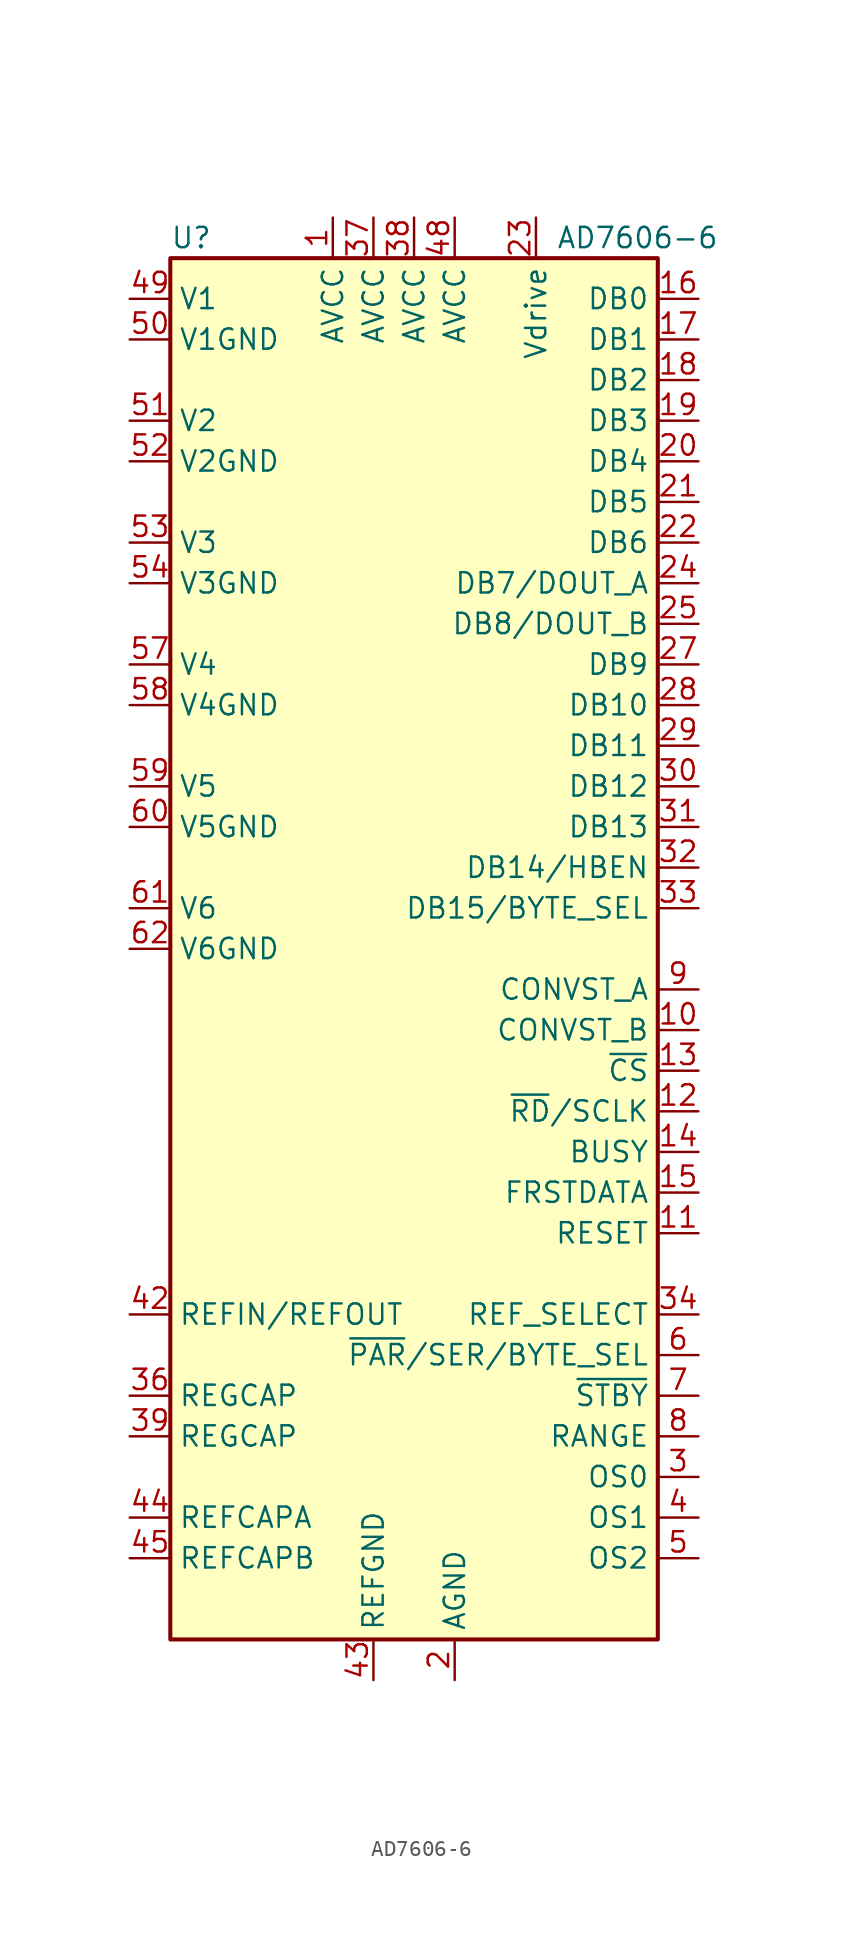
<source format=kicad_sym>
(kicad_symbol_lib
  (version 20201005)
  (generator kicad_symbol_editor)
  (symbol "AD7606-6"
    (property "Reference" "U"
      (at -15.24 44.45 0)
      (effects (font (size 1.27 1.27)) (justify left)))
    (property "Value" "AD7606-6"
      (at 8.89 44.45 0)
      (effects (font (size 1.27 1.27)) (justify left)))
    (symbol "AD7606-6_1_1"
      (rectangle (start -15.24 43.18) (end 15.24 -43.18) (stroke (width 0.254)) (fill (type background)))
      (pin power_in line (at -5.08 45.72 270) (length 2.54) (name "AVCC" (effects (font (size 1.27 1.27)))) (number "1" (effects (font (size 1.27 1.27)))))
      (pin input line (at 17.78 -5.08 180) (length 2.54) (name "CONVST_B" (effects (font (size 1.27 1.27)))) (number "10" (effects (font (size 1.27 1.27)))))
      (pin input line (at 17.78 -17.78 180) (length 2.54) (name "RESET" (effects (font (size 1.27 1.27)))) (number "11" (effects (font (size 1.27 1.27)))))
      (pin input line (at 17.78 -10.16 180) (length 2.54) (name "~RD~/SCLK" (effects (font (size 1.27 1.27)))) (number "12" (effects (font (size 1.27 1.27)))))
      (pin input line (at 17.78 -7.62 180) (length 2.54) (name "~CS" (effects (font (size 1.27 1.27)))) (number "13" (effects (font (size 1.27 1.27)))))
      (pin output line (at 17.78 -12.7 180) (length 2.54) (name "BUSY" (effects (font (size 1.27 1.27)))) (number "14" (effects (font (size 1.27 1.27)))))
      (pin output line (at 17.78 -15.24 180) (length 2.54) (name "FRSTDATA" (effects (font (size 1.27 1.27)))) (number "15" (effects (font (size 1.27 1.27)))))
      (pin output line (at 17.78 40.64 180) (length 2.54) (name "DB0" (effects (font (size 1.27 1.27)))) (number "16" (effects (font (size 1.27 1.27)))))
      (pin output line (at 17.78 38.1 180) (length 2.54) (name "DB1" (effects (font (size 1.27 1.27)))) (number "17" (effects (font (size 1.27 1.27)))))
      (pin output line (at 17.78 35.56 180) (length 2.54) (name "DB2" (effects (font (size 1.27 1.27)))) (number "18" (effects (font (size 1.27 1.27)))))
      (pin output line (at 17.78 33.02 180) (length 2.54) (name "DB3" (effects (font (size 1.27 1.27)))) (number "19" (effects (font (size 1.27 1.27)))))
      (pin power_in line (at 2.54 -45.72 90) (length 2.54) (name "AGND" (effects (font (size 1.27 1.27)))) (number "2" (effects (font (size 1.27 1.27)))))
      (pin output line (at 17.78 30.48 180) (length 2.54) (name "DB4" (effects (font (size 1.27 1.27)))) (number "20" (effects (font (size 1.27 1.27)))))
      (pin output line (at 17.78 27.94 180) (length 2.54) (name "DB5" (effects (font (size 1.27 1.27)))) (number "21" (effects (font (size 1.27 1.27)))))
      (pin output line (at 17.78 25.4 180) (length 2.54) (name "DB6" (effects (font (size 1.27 1.27)))) (number "22" (effects (font (size 1.27 1.27)))))
      (pin power_in line (at 7.62 45.72 270) (length 2.54) (name "Vdrive" (effects (font (size 1.27 1.27)))) (number "23" (effects (font (size 1.27 1.27)))))
      (pin output line (at 17.78 22.86 180) (length 2.54) (name "DB7/DOUT_A" (effects (font (size 1.27 1.27)))) (number "24" (effects (font (size 1.27 1.27)))))
      (pin output line (at 17.78 20.32 180) (length 2.54) (name "DB8/DOUT_B" (effects (font (size 1.27 1.27)))) (number "25" (effects (font (size 1.27 1.27)))))
      (pin passive line (at 2.54 -45.72 90) (length 2.54) hide (name "AGND" (effects (font (size 1.27 1.27)))) (number "26" (effects (font (size 1.27 1.27)))))
      (pin output line (at 17.78 17.78 180) (length 2.54) (name "DB9" (effects (font (size 1.27 1.27)))) (number "27" (effects (font (size 1.27 1.27)))))
      (pin output line (at 17.78 15.24 180) (length 2.54) (name "DB10" (effects (font (size 1.27 1.27)))) (number "28" (effects (font (size 1.27 1.27)))))
      (pin output line (at 17.78 12.7 180) (length 2.54) (name "DB11" (effects (font (size 1.27 1.27)))) (number "29" (effects (font (size 1.27 1.27)))))
      (pin input line (at 17.78 -33.02 180) (length 2.54) (name "OS0" (effects (font (size 1.27 1.27)))) (number "3" (effects (font (size 1.27 1.27)))))
      (pin output line (at 17.78 10.16 180) (length 2.54) (name "DB12" (effects (font (size 1.27 1.27)))) (number "30" (effects (font (size 1.27 1.27)))))
      (pin output line (at 17.78 7.62 180) (length 2.54) (name "DB13" (effects (font (size 1.27 1.27)))) (number "31" (effects (font (size 1.27 1.27)))))
      (pin bidirectional line (at 17.78 5.08 180) (length 2.54) (name "DB14/HBEN" (effects (font (size 1.27 1.27)))) (number "32" (effects (font (size 1.27 1.27)))))
      (pin bidirectional line (at 17.78 2.54 180) (length 2.54) (name "DB15/BYTE_SEL" (effects (font (size 1.27 1.27)))) (number "33" (effects (font (size 1.27 1.27)))))
      (pin input line (at 17.78 -22.86 180) (length 2.54) (name "REF_SELECT" (effects (font (size 1.27 1.27)))) (number "34" (effects (font (size 1.27 1.27)))))
      (pin passive line (at 2.54 -45.72 90) (length 2.54) hide (name "AGND" (effects (font (size 1.27 1.27)))) (number "35" (effects (font (size 1.27 1.27)))))
      (pin passive line (at -17.78 -27.94 0) (length 2.54) (name "REGCAP" (effects (font (size 1.27 1.27)))) (number "36" (effects (font (size 1.27 1.27)))))
      (pin power_in line (at -2.54 45.72 270) (length 2.54) (name "AVCC" (effects (font (size 1.27 1.27)))) (number "37" (effects (font (size 1.27 1.27)))))
      (pin power_in line (at 0 45.72 270) (length 2.54) (name "AVCC" (effects (font (size 1.27 1.27)))) (number "38" (effects (font (size 1.27 1.27)))))
      (pin passive line (at -17.78 -30.48 0) (length 2.54) (name "REGCAP" (effects (font (size 1.27 1.27)))) (number "39" (effects (font (size 1.27 1.27)))))
      (pin input line (at 17.78 -35.56 180) (length 2.54) (name "OS1" (effects (font (size 1.27 1.27)))) (number "4" (effects (font (size 1.27 1.27)))))
      (pin passive line (at 2.54 -45.72 90) (length 2.54) hide (name "AGND" (effects (font (size 1.27 1.27)))) (number "40" (effects (font (size 1.27 1.27)))))
      (pin passive line (at 2.54 -45.72 90) (length 2.54) hide (name "AGND" (effects (font (size 1.27 1.27)))) (number "41" (effects (font (size 1.27 1.27)))))
      (pin passive line (at -17.78 -22.86 0) (length 2.54) (name "REFIN/REFOUT" (effects (font (size 1.27 1.27)))) (number "42" (effects (font (size 1.27 1.27)))))
      (pin power_in line (at -2.54 -45.72 90) (length 2.54) (name "REFGND" (effects (font (size 1.27 1.27)))) (number "43" (effects (font (size 1.27 1.27)))))
      (pin passive line (at -17.78 -35.56 0) (length 2.54) (name "REFCAPA" (effects (font (size 1.27 1.27)))) (number "44" (effects (font (size 1.27 1.27)))))
      (pin passive line (at -17.78 -38.1 0) (length 2.54) (name "REFCAPB" (effects (font (size 1.27 1.27)))) (number "45" (effects (font (size 1.27 1.27)))))
      (pin passive line (at -2.54 -45.72 90) (length 2.54) hide (name "REFGND" (effects (font (size 1.27 1.27)))) (number "46" (effects (font (size 1.27 1.27)))))
      (pin passive line (at 2.54 -45.72 90) (length 2.54) hide (name "AGND" (effects (font (size 1.27 1.27)))) (number "47" (effects (font (size 1.27 1.27)))))
      (pin power_in line (at 2.54 45.72 270) (length 2.54) (name "AVCC" (effects (font (size 1.27 1.27)))) (number "48" (effects (font (size 1.27 1.27)))))
      (pin input line (at -17.78 40.64 0) (length 2.54) (name "V1" (effects (font (size 1.27 1.27)))) (number "49" (effects (font (size 1.27 1.27)))))
      (pin input line (at 17.78 -38.1 180) (length 2.54) (name "OS2" (effects (font (size 1.27 1.27)))) (number "5" (effects (font (size 1.27 1.27)))))
      (pin input line (at -17.78 38.1 0) (length 2.54) (name "V1GND" (effects (font (size 1.27 1.27)))) (number "50" (effects (font (size 1.27 1.27)))))
      (pin input line (at -17.78 33.02 0) (length 2.54) (name "V2" (effects (font (size 1.27 1.27)))) (number "51" (effects (font (size 1.27 1.27)))))
      (pin input line (at -17.78 30.48 0) (length 2.54) (name "V2GND" (effects (font (size 1.27 1.27)))) (number "52" (effects (font (size 1.27 1.27)))))
      (pin input line (at -17.78 25.4 0) (length 2.54) (name "V3" (effects (font (size 1.27 1.27)))) (number "53" (effects (font (size 1.27 1.27)))))
      (pin input line (at -17.78 22.86 0) (length 2.54) (name "V3GND" (effects (font (size 1.27 1.27)))) (number "54" (effects (font (size 1.27 1.27)))))
      (pin passive line (at 2.54 -45.72 90) (length 2.54) hide (name "AGND" (effects (font (size 1.27 1.27)))) (number "55" (effects (font (size 1.27 1.27)))))
      (pin passive line (at 2.54 -45.72 90) (length 2.54) hide (name "AGND" (effects (font (size 1.27 1.27)))) (number "56" (effects (font (size 1.27 1.27)))))
      (pin input line (at -17.78 17.78 0) (length 2.54) (name "V4" (effects (font (size 1.27 1.27)))) (number "57" (effects (font (size 1.27 1.27)))))
      (pin input line (at -17.78 15.24 0) (length 2.54) (name "V4GND" (effects (font (size 1.27 1.27)))) (number "58" (effects (font (size 1.27 1.27)))))
      (pin input line (at -17.78 10.16 0) (length 2.54) (name "V5" (effects (font (size 1.27 1.27)))) (number "59" (effects (font (size 1.27 1.27)))))
      (pin input line (at 17.78 -25.4 180) (length 2.54) (name "~PAR~/SER/BYTE_SEL" (effects (font (size 1.27 1.27)))) (number "6" (effects (font (size 1.27 1.27)))))
      (pin input line (at -17.78 7.62 0) (length 2.54) (name "V5GND" (effects (font (size 1.27 1.27)))) (number "60" (effects (font (size 1.27 1.27)))))
      (pin input line (at -17.78 2.54 0) (length 2.54) (name "V6" (effects (font (size 1.27 1.27)))) (number "61" (effects (font (size 1.27 1.27)))))
      (pin input line (at -17.78 0 0) (length 2.54) (name "V6GND" (effects (font (size 1.27 1.27)))) (number "62" (effects (font (size 1.27 1.27)))))
      (pin passive line (at 2.54 -45.72 90) (length 2.54) hide (name "AGND" (effects (font (size 1.27 1.27)))) (number "63" (effects (font (size 1.27 1.27)))))
      (pin passive line (at 2.54 -45.72 90) (length 2.54) hide (name "AGND" (effects (font (size 1.27 1.27)))) (number "64" (effects (font (size 1.27 1.27)))))
      (pin input line (at 17.78 -27.94 180) (length 2.54) (name "~STBY" (effects (font (size 1.27 1.27)))) (number "7" (effects (font (size 1.27 1.27)))))
      (pin input line (at 17.78 -30.48 180) (length 2.54) (name "RANGE" (effects (font (size 1.27 1.27)))) (number "8" (effects (font (size 1.27 1.27)))))
      (pin input line (at 17.78 -2.54 180) (length 2.54) (name "CONVST_A" (effects (font (size 1.27 1.27)))) (number "9" (effects (font (size 1.27 1.27))))))))
</source>
